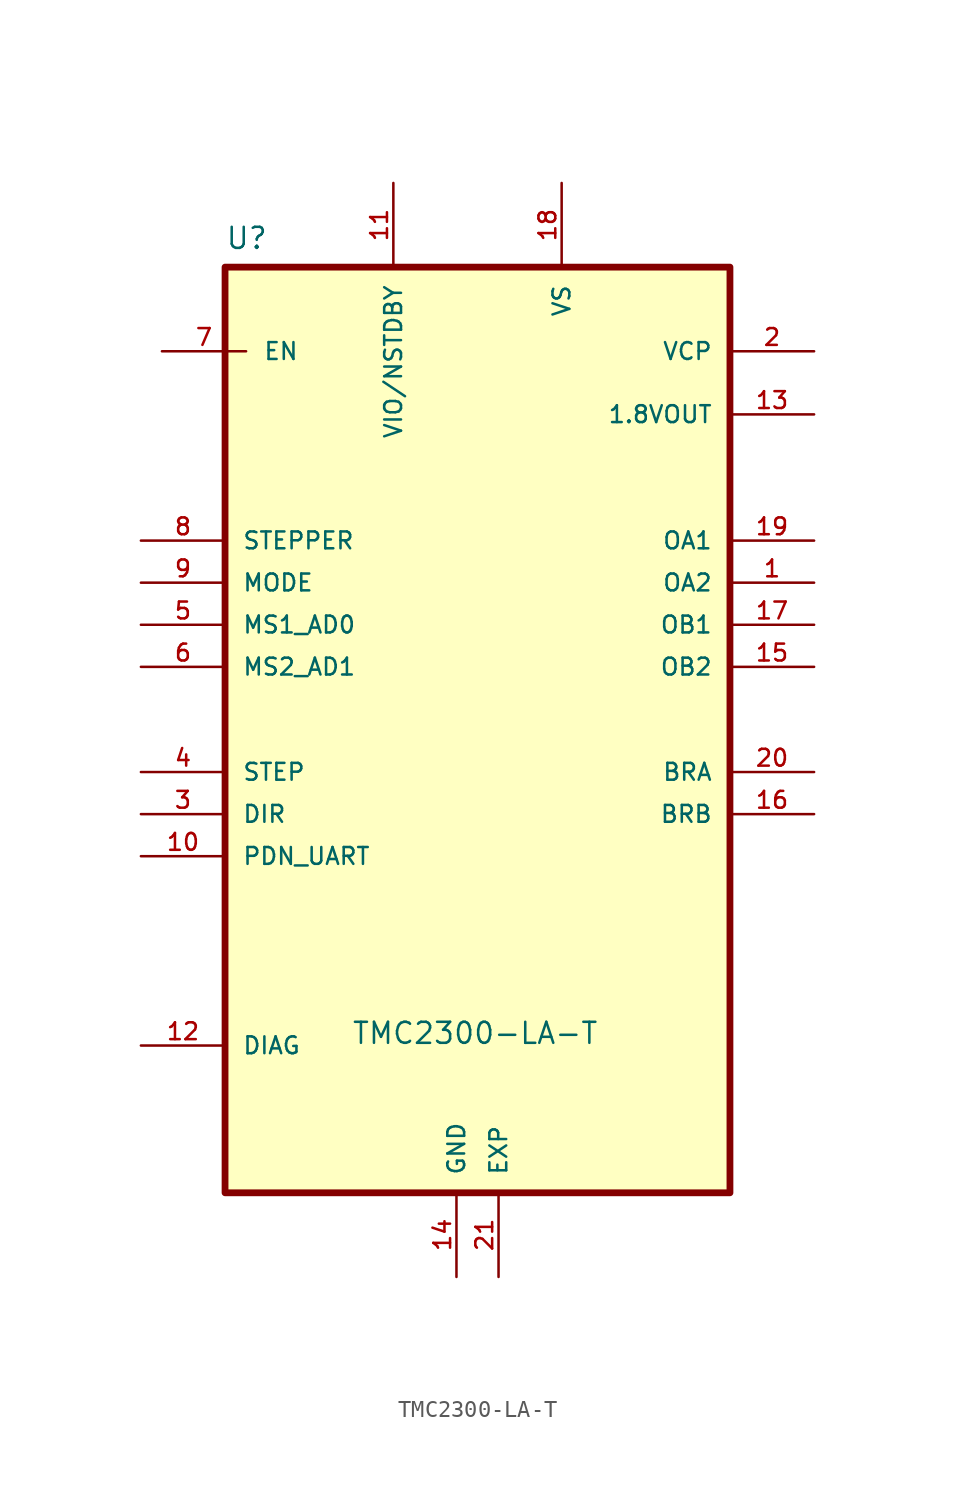
<source format=kicad_sym>
(kicad_symbol_lib
  (version 20220914)
  (generator kicad_symbol_editor)
  (symbol "TMC2300-LA-T"
    (pin_names
      (offset 1.016))
    (property "Reference" "U"
      (at -15.24 28.94 0)
      (effects (font (size 1.27 1.27)) (justify left bottom)))
    (property "Value" "TMC2300-LA-T"
      (at -7.62 -19.05 0)
      (effects (font (size 1.27 1.27)) (justify left bottom)))
    (symbol "TMC2300-LA-T_0_0"
      (rectangle (start -15.24 27.94) (end 15.24 -27.94) (stroke (width 0.41) (type default)) (fill (type background)))
      (pin bidirectional line (at 20.32 8.89 180) (length 5.08) (name "OA2" (effects (font (size 1.016 1.016)))) (number "1" (effects (font (size 1.016 1.016)))))
      (pin bidirectional line (at -20.32 -7.62 0) (length 5.08) (name "PDN_UART" (effects (font (size 1.016 1.016)))) (number "10" (effects (font (size 1.016 1.016)))))
      (pin output line (at -20.32 -19.05 0) (length 5.08) (name "DIAG" (effects (font (size 1.016 1.016)))) (number "12" (effects (font (size 1.016 1.016)))))
      (pin power_in line (at -1.27 -33.02 90) (length 5.08) (name "GND" (effects (font (size 1.016 1.016)))) (number "14" (effects (font (size 1.016 1.016)))))
      (pin bidirectional line (at 20.32 3.81 180) (length 5.08) (name "OB2" (effects (font (size 1.016 1.016)))) (number "15" (effects (font (size 1.016 1.016)))))
      (pin bidirectional line (at 20.32 -5.08 180) (length 5.08) (name "BRB" (effects (font (size 1.016 1.016)))) (number "16" (effects (font (size 1.016 1.016)))))
      (pin bidirectional line (at 20.32 6.35 180) (length 5.08) (name "OB1" (effects (font (size 1.016 1.016)))) (number "17" (effects (font (size 1.016 1.016)))))
      (pin bidirectional line (at 20.32 11.43 180) (length 5.08) (name "OA1" (effects (font (size 1.016 1.016)))) (number "19" (effects (font (size 1.016 1.016)))))
      (pin bidirectional line (at 20.32 22.86 180) (length 5.08) (name "VCP" (effects (font (size 1.016 1.016)))) (number "2" (effects (font (size 1.016 1.016)))))
      (pin bidirectional line (at 20.32 -2.54 180) (length 5.08) (name "BRA" (effects (font (size 1.016 1.016)))) (number "20" (effects (font (size 1.016 1.016)))))
      (pin power_in line (at 1.27 -33.02 90) (length 5.08) (name "EXP" (effects (font (size 1.016 1.016)))) (number "21" (effects (font (size 1.016 1.016)))))
      (pin bidirectional line (at -20.32 -5.08 0) (length 5.08) (name "DIR" (effects (font (size 1.016 1.016)))) (number "3" (effects (font (size 1.016 1.016)))))
      (pin input line (at -20.32 -2.54 0) (length 5.08) (name "STEP" (effects (font (size 1.016 1.016)))) (number "4" (effects (font (size 1.016 1.016)))))
      (pin input line (at -20.32 6.35 0) (length 5.08) (name "MS1_AD0" (effects (font (size 1.016 1.016)))) (number "5" (effects (font (size 1.016 1.016)))))
      (pin input line (at -20.32 3.81 0) (length 5.08) (name "MS2_AD1" (effects (font (size 1.016 1.016)))) (number "6" (effects (font (size 1.016 1.016)))))
      (pin input line (at -19.05 22.86 0) (length 5.08) (name "EN" (effects (font (size 1.016 1.016)))) (number "7" (effects (font (size 1.016 1.016)))))
      (pin input line (at -20.32 11.43 0) (length 5.08) (name "STEPPER" (effects (font (size 1.016 1.016)))) (number "8" (effects (font (size 1.016 1.016)))))
      (pin input line (at -20.32 8.89 0) (length 5.08) (name "MODE" (effects (font (size 1.016 1.016)))) (number "9" (effects (font (size 1.016 1.016))))))
    (symbol "TMC2300-LA-T_1_0"
      (pin input line (at -5.08 33.02 270) (length 5.08) (name "VIO/NSTDBY" (effects (font (size 1.016 1.016)))) (number "11" (effects (font (size 1.016 1.016)))))
      (pin power_out line (at 20.32 19.05 180) (length 5.08) (name "1.8VOUT" (effects (font (size 1.016 1.016)))) (number "13" (effects (font (size 1.016 1.016)))))
      (pin power_in line (at 5.08 33.02 270) (length 5.08) (name "VS" (effects (font (size 1.016 1.016)))) (number "18" (effects (font (size 1.016 1.016))))))))
</source>
